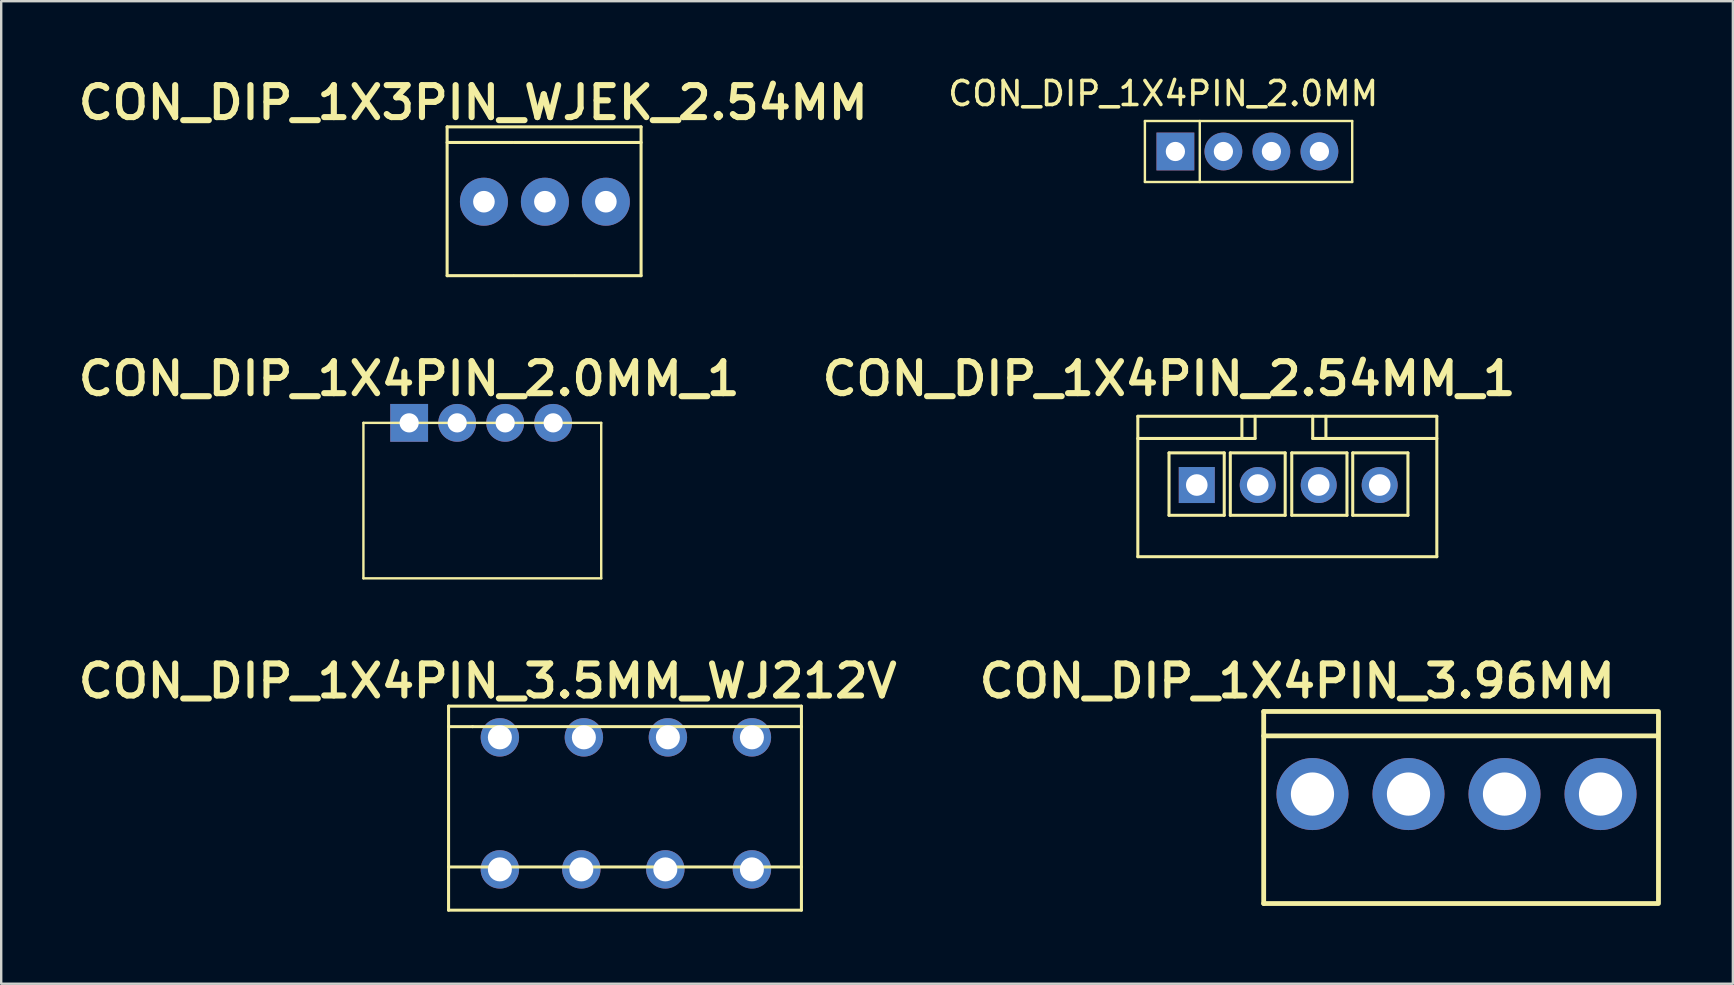
<source format=kicad_pcb>
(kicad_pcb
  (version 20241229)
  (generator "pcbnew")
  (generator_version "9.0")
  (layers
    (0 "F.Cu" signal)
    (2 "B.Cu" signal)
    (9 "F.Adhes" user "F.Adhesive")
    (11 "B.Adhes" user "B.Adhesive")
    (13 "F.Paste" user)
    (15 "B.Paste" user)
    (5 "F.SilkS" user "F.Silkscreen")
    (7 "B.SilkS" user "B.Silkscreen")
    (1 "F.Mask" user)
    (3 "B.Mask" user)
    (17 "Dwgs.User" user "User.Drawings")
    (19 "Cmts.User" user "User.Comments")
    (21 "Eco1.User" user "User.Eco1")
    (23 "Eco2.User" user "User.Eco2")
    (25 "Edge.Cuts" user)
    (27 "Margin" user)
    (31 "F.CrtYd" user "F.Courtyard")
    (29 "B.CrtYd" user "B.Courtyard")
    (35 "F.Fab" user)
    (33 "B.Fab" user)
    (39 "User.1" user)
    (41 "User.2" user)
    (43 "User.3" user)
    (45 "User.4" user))
  (footprint "CON_DIP_1X4PIN_2.0MM"
    (layer "F.Cu")
    (at 45.916 3.261)
    (property "Reference" "CON_DIP_1X4PIN_2.0MM" (at -0.508 -2.413 0) (unlocked yes) (layer "F.SilkS") (effects (font (size 1 1) (thickness 0.15))))
    (attr smd)
    (fp_line (start -1.27 -1.27) (end -1.27 1.27) (stroke (width 0.1) (type solid)) (layer "F.SilkS"))
    (fp_line (start -1.27 -1.27) (end 7.366 -1.27) (stroke (width 0.1) (type solid)) (layer "F.SilkS"))
    (fp_line (start -1.27 1.27) (end 7.366 1.27) (stroke (width 0.1) (type solid)) (layer "F.SilkS"))
    (fp_line (start 1.016 -1.27) (end 1.016 1.27) (stroke (width 0.1) (type solid)) (layer "F.SilkS"))
    (fp_line (start 7.366 1.27) (end 7.366 -1.27) (stroke (width 0.1) (type solid)) (layer "F.SilkS"))
    (pad "1" thru_hole rect (at 0 0) (size 1.575 1.575) (drill 0.8) (layers "*.Cu" "*.Mask"))
    (pad "2" thru_hole circle (at 2 -0.00001) (size 1.575 1.575) (drill 0.8) (layers "*.Cu" "*.Mask"))
    (pad "3" thru_hole circle (at 4 0) (size 1.575 1.575) (drill 0.8) (layers "*.Cu" "*.Mask"))
    (pad "4" thru_hole circle (at 6 0.00001) (size 1.575 1.575) (drill 0.8) (layers "*.Cu" "*.Mask")))
  (footprint "CON_DIP_1X4PIN_2.0MM_1"
    (layer "F.Cu")
    (at 13.995 14.566)
    (property "Reference" "CON_DIP_1X4PIN_2.0MM_1" (at 0 -1.841 0) (unlocked yes) (layer "F.SilkS") (effects (font (size 1.333 1.402) (thickness 0.254))))
    (attr smd)
    (fp_line (start -1.905 -0.00001) (end -1.905 6.477) (stroke (width 0.1) (type solid)) (layer "F.SilkS"))
    (fp_line (start -1.905 -0.00001) (end 8.001 0) (stroke (width 0.1) (type solid)) (layer "F.SilkS"))
    (fp_line (start -1.905 6.477) (end 8.001 6.477) (stroke (width 0.1) (type solid)) (layer "F.SilkS"))
    (fp_line (start 8.001 6.477) (end 8.001 0) (stroke (width 0.1) (type solid)) (layer "F.SilkS"))
    (pad "1" thru_hole rect (at 0 0) (size 1.575 1.575) (drill 0.8) (layers "*.Cu" "*.Mask"))
    (pad "2" thru_hole circle (at 2 -0.00001) (size 1.575 1.575) (drill 0.8) (layers "*.Cu" "*.Mask"))
    (pad "3" thru_hole circle (at 4 0) (size 1.575 1.575) (drill 0.8) (layers "*.Cu" "*.Mask"))
    (pad "4" thru_hole circle (at 6 0.00001) (size 1.575 1.575) (drill 0.8) (layers "*.Cu" "*.Mask")))
  (footprint "CON_DIP_1X3PIN_WJEK_2.54MM"
    (layer "F.Cu")
    (at 16.983 5.353)
    (property "Reference" "CON_DIP_1X3PIN_WJEK_2.54MM" (at -0.318 -4.128 0) (unlocked yes) (layer "F.SilkS") (effects (font (size 1.333 1.402) (thickness 0.254))))
    (attr smd)
    (fp_line (start -1.406 -3.118) (end 6.674 -3.118) (stroke (width 0.127) (type solid)) (layer "F.SilkS"))
    (fp_line (start -1.406 -2.468) (end 1.344 -2.468) (stroke (width 0.127) (type solid)) (layer "F.SilkS"))
    (fp_line (start -1.406 3.082) (end -1.406 -3.118) (stroke (width 0.127) (type solid)) (layer "F.SilkS"))
    (fp_line (start -1.406 3.082) (end 1.344 3.082) (stroke (width 0.127) (type solid)) (layer "F.SilkS"))
    (fp_line (start 1.384 -2.468) (end 3.884 -2.468) (stroke (width 0.127) (type solid)) (layer "F.SilkS"))
    (fp_line (start 1.384 3.082) (end 3.884 3.082) (stroke (width 0.127) (type solid)) (layer "F.SilkS"))
    (fp_line (start 3.884 -2.468) (end 6.674 -2.468) (stroke (width 0.127) (type solid)) (layer "F.SilkS"))
    (fp_line (start 3.924 3.082) (end 6.674 3.082) (stroke (width 0.127) (type solid)) (layer "F.SilkS"))
    (fp_line (start 6.674 3.082) (end 6.674 -3.118) (stroke (width 0.127) (type solid)) (layer "F.SilkS"))
    (pad "1" thru_hole circle (at 0.127 0) (size 2 2) (drill 0.9) (layers "*.Cu" "*.Mask"))
    (pad "2" thru_hole circle (at 2.667 0) (size 2 2) (drill 0.9) (layers "*.Cu" "*.Mask"))
    (pad "3" thru_hole circle (at 5.207 0) (size 2 2) (drill 0.9) (layers "*.Cu" "*.Mask")))
  (footprint "CON_DIP_1X4PIN_2.54MM_1"
    (layer "F.Cu")
    (at 46.934 17.029)
    (property "Reference" "CON_DIP_1X4PIN_2.54MM_1" (at -1.283 -4.305 0) (unlocked yes) (layer "F.SilkS") (effects (font (size 1.333 1.402) (thickness 0.254))))
    (attr smd)
    (fp_line (start -2.583 3.113) (end -2.583 -2.737) (stroke (width 0.127) (type solid)) (layer "F.SilkS"))
    (fp_line (start -1.283 1.388) (end -1.283 -1.212) (stroke (width 0.127) (type solid)) (layer "F.SilkS"))
    (fp_line (start 1.017 -1.212) (end -1.283 -1.212) (stroke (width 0.127) (type solid)) (layer "F.SilkS"))
    (fp_line (start 1.017 1.388) (end -1.283 1.388) (stroke (width 0.127) (type solid)) (layer "F.SilkS"))
    (fp_line (start 1.017 1.388) (end 1.017 -1.212) (stroke (width 0.127) (type solid)) (layer "F.SilkS"))
    (fp_line (start 1.27 1.388) (end 1.27 -1.212) (stroke (width 0.127) (type solid)) (layer "F.SilkS"))
    (fp_line (start 1.753 -1.812) (end 1.753 -2.737) (stroke (width 0.127) (type solid)) (layer "F.SilkS"))
    (fp_line (start 2.303 -1.812) (end -2.583 -1.812) (stroke (width 0.127) (type solid)) (layer "F.SilkS"))
    (fp_line (start 2.303 -1.812) (end 2.303 -2.737) (stroke (width 0.127) (type solid)) (layer "F.SilkS"))
    (fp_line (start 3.556 -1.212) (end 1.27 -1.212) (stroke (width 0.127) (type solid)) (layer "F.SilkS"))
    (fp_line (start 3.556 1.388) (end 1.27 1.388) (stroke (width 0.127) (type solid)) (layer "F.SilkS"))
    (fp_line (start 3.556 1.388) (end 3.556 -1.212) (stroke (width 0.127) (type solid)) (layer "F.SilkS"))
    (fp_line (start 3.83 1.388) (end 3.83 -1.212) (stroke (width 0.127) (type solid)) (layer "F.SilkS"))
    (fp_line (start 4.703 -1.812) (end 4.703 -2.737) (stroke (width 0.127) (type solid)) (layer "F.SilkS"))
    (fp_line (start 5.253 -1.812) (end 5.253 -2.737) (stroke (width 0.127) (type solid)) (layer "F.SilkS"))
    (fp_line (start 6.13 -1.212) (end 3.83 -1.212) (stroke (width 0.127) (type solid)) (layer "F.SilkS"))
    (fp_line (start 6.13 1.388) (end 3.83 1.388) (stroke (width 0.127) (type solid)) (layer "F.SilkS"))
    (fp_line (start 6.13 1.388) (end 6.13 -1.212) (stroke (width 0.127) (type solid)) (layer "F.SilkS"))
    (fp_line (start 6.37 1.388) (end 6.37 -1.212) (stroke (width 0.127) (type solid)) (layer "F.SilkS"))
    (fp_line (start 8.67 -1.212) (end 6.37 -1.212) (stroke (width 0.127) (type solid)) (layer "F.SilkS"))
    (fp_line (start 8.67 1.388) (end 6.37 1.388) (stroke (width 0.127) (type solid)) (layer "F.SilkS"))
    (fp_line (start 8.67 1.388) (end 8.67 -1.212) (stroke (width 0.127) (type solid)) (layer "F.SilkS"))
    (fp_line (start 9.873 -2.737) (end -2.583 -2.737) (stroke (width 0.127) (type solid)) (layer "F.SilkS"))
    (fp_line (start 9.873 -1.812) (end 4.703 -1.812) (stroke (width 0.127) (type solid)) (layer "F.SilkS"))
    (fp_line (start 9.873 3.113) (end -2.583 3.113) (stroke (width 0.127) (type solid)) (layer "F.SilkS"))
    (fp_line (start 9.873 3.113) (end 9.873 -2.737) (stroke (width 0.127) (type solid)) (layer "F.SilkS"))
    (pad "1" thru_hole rect (at -0.127 0.127) (size 1.5 1.5) (drill 0.9) (layers "*.Cu" "*.Mask"))
    (pad "2" thru_hole circle (at 2.413 0.127) (size 1.5 1.5) (drill 0.9) (layers "*.Cu" "*.Mask"))
    (pad "3" thru_hole circle (at 4.953 0.127) (size 1.5 1.5) (drill 0.9) (layers "*.Cu" "*.Mask"))
    (pad "4" thru_hole circle (at 7.493 0.127) (size 1.5 1.5) (drill 0.9) (layers "*.Cu" "*.Mask")))
  (footprint "CON_DIP_1X4PIN_3.96MM"
    (layer "F.Cu")
    (at 57.279 30.335)
    (property "Reference" "CON_DIP_1X4PIN_3.96MM" (at -6.287 -5.016 0) (unlocked yes) (layer "F.SilkS") (effects (font (size 1.333 1.402) (thickness 0.254))))
    (attr smd)
    (fp_line (start -7.684 -3.745) (end 8.7 -3.745) (stroke (width 0.2) (type solid)) (layer "F.SilkS"))
    (fp_line (start -7.684 -2.729) (end 8.7 -2.729) (stroke (width 0.2) (type solid)) (layer "F.SilkS"))
    (fp_line (start -7.684 4.255) (end -7.684 -3.745) (stroke (width 0.2) (type solid)) (layer "F.SilkS"))
    (fp_line (start -7.684 4.255) (end 8.7 4.255) (stroke (width 0.2) (type solid)) (layer "F.SilkS"))
    (fp_line (start 8.762 4.255) (end 8.762 -3.745) (stroke (width 0.2) (type solid)) (layer "F.SilkS"))
    (pad "1" thru_hole circle (at -5.652 -0.305 90) (size 3 3) (drill 1.8) (layers "*.Cu" "*.Mask"))
    (pad "2" thru_hole circle (at -1.652 -0.305 90) (size 3 3) (drill 1.8) (layers "*.Cu" "*.Mask"))
    (pad "3" thru_hole circle (at 2.348 -0.305 90) (size 3 3) (drill 1.8) (layers "*.Cu" "*.Mask"))
    (pad "4" thru_hole circle (at 6.348 -0.305 90) (size 3 3) (drill 1.8) (layers "*.Cu" "*.Mask")))
  (footprint "CON_DIP_1X4PIN_3.5MM_WJ212V"
    (layer "F.Cu")
    (at 17.774 27.668)
    (property "Reference" "CON_DIP_1X4PIN_3.5MM_WJ212V" (at -0.508 -2.349 0) (unlocked yes) (layer "F.SilkS") (effects (font (size 1.333 1.402) (thickness 0.254))))
    (attr smd)
    (fp_line (start -2.137 -1.301) (end 12.563 -1.301) (stroke (width 0.127) (type solid)) (layer "F.SilkS"))
    (fp_line (start -2.137 -0.447) (end -1.137 -0.447) (stroke (width 0.127) (type solid)) (layer "F.SilkS"))
    (fp_line (start -2.137 5.399) (end 12.563 5.399) (stroke (width 0.127) (type solid)) (layer "F.SilkS"))
    (fp_line (start -2.137 7.199) (end -2.137 -1.301) (stroke (width 0.127) (type solid)) (layer "F.SilkS"))
    (fp_line (start -2.137 7.199) (end 12.563 7.199) (stroke (width 0.127) (type solid)) (layer "F.SilkS"))
    (fp_line (start -1.137 -0.447) (end 12.563 -0.447) (stroke (width 0.127) (type solid)) (layer "F.SilkS"))
    (fp_line (start 12.563 7.199) (end 12.563 -1.301) (stroke (width 0.127) (type solid)) (layer "F.SilkS"))
    (pad "1" thru_hole circle (at 0 0 90) (size 1.6 1.6) (drill 1) (layers "*.Cu" "*.Mask"))
    (pad "1_1" thru_hole circle (at 0 5.5 90) (size 1.6 1.6) (drill 1) (layers "*.Cu" "*.Mask"))
    (pad "2" thru_hole circle (at 3.5 0 90) (size 1.6 1.6) (drill 1) (layers "*.Cu" "*.Mask"))
    (pad "2_1" thru_hole circle (at 3.393 5.5 90) (size 1.6 1.6) (drill 1) (layers "*.Cu" "*.Mask"))
    (pad "3" thru_hole circle (at 7 0 90) (size 1.6 1.6) (drill 1) (layers "*.Cu" "*.Mask"))
    (pad "3_1" thru_hole circle (at 6.893 5.5 90) (size 1.6 1.6) (drill 1) (layers "*.Cu" "*.Mask"))
    (pad "4" thru_hole circle (at 10.5 0 90) (size 1.6 1.6) (drill 1) (layers "*.Cu" "*.Mask"))
    (pad "4_1" thru_hole circle (at 10.5 5.5 90) (size 1.6 1.6) (drill 1) (layers "*.Cu" "*.Mask")))
  (gr_rect
    (start -3 -3)
    (end 69.141 37.931)
    (stroke (width 0.1) (type default))
    (fill no)
    (layer "Edge.Cuts")))
</source>
